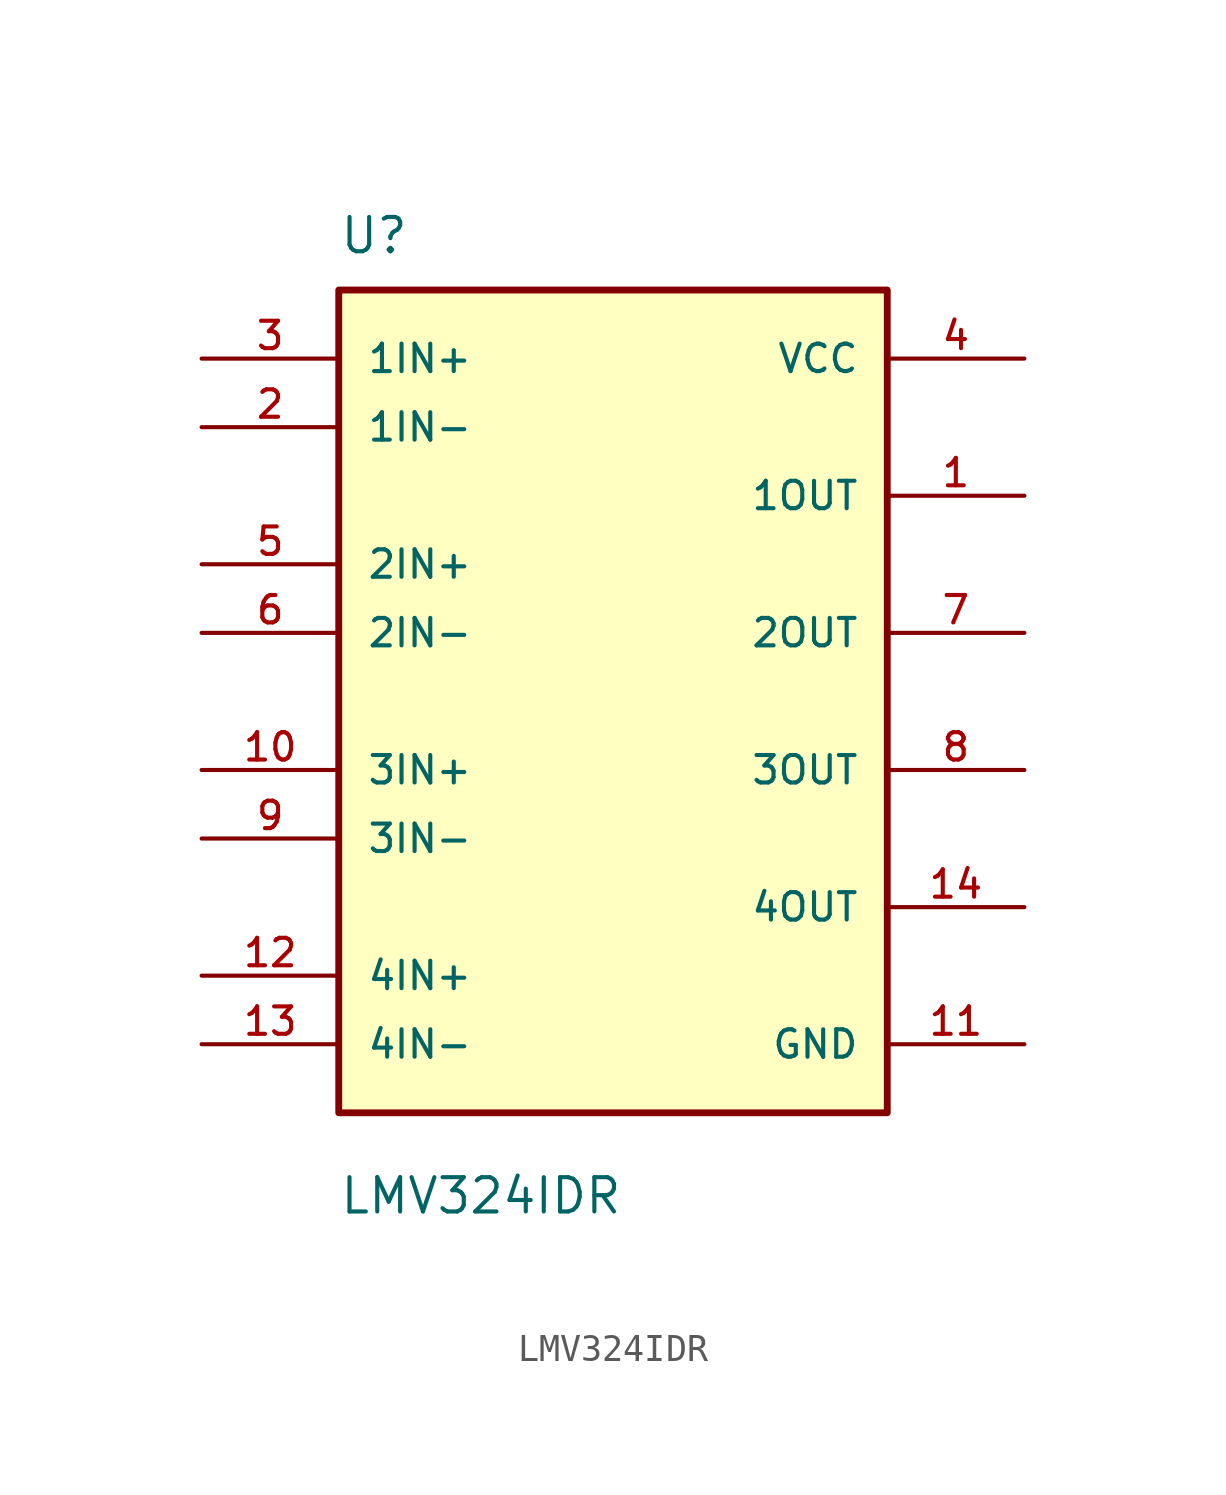
<source format=kicad_sym>
(kicad_symbol_lib
  (version 20211014)
  (generator kicad_symbol_editor)
  (symbol "LMV324IDR"
    (pin_names
      (offset 1.016))
    (property "Reference" "U"
      (at -10.162 16.514 0)
      (effects (font (size 1.27 1.27)) (justify bottom left)))
    (property "Value" "LMV324IDR"
      (at -10.164 -19.058 0)
      (effects (font (size 1.27 1.27)) (justify bottom left)))
    (symbol "LMV324IDR_0_0"
      (rectangle (start -10.16 -15.24) (end 10.16 15.24) (stroke (width 0.254)) (fill (type background)))
      (pin input line (at -15.24 10.16 0) (length 5.08) (name "1IN-" (effects (font (size 1.016 1.016)))) (number "2" (effects (font (size 1.016 1.016)))))
      (pin input line (at -15.24 12.7 0) (length 5.08) (name "1IN+" (effects (font (size 1.016 1.016)))) (number "3" (effects (font (size 1.016 1.016)))))
      (pin input line (at -15.24 2.54 0) (length 5.08) (name "2IN-" (effects (font (size 1.016 1.016)))) (number "6" (effects (font (size 1.016 1.016)))))
      (pin input line (at -15.24 5.08 0) (length 5.08) (name "2IN+" (effects (font (size 1.016 1.016)))) (number "5" (effects (font (size 1.016 1.016)))))
      (pin output line (at 15.24 7.62 180.0) (length 5.08) (name "1OUT" (effects (font (size 1.016 1.016)))) (number "1" (effects (font (size 1.016 1.016)))))
      (pin output line (at 15.24 2.54 180.0) (length 5.08) (name "2OUT" (effects (font (size 1.016 1.016)))) (number "7" (effects (font (size 1.016 1.016)))))
      (pin power_in line (at 15.24 12.7 180.0) (length 5.08) (name "VCC" (effects (font (size 1.016 1.016)))) (number "4" (effects (font (size 1.016 1.016)))))
      (pin power_in line (at 15.24 -12.7 180.0) (length 5.08) (name "GND" (effects (font (size 1.016 1.016)))) (number "11" (effects (font (size 1.016 1.016)))))
      (pin output line (at 15.24 -2.54 180.0) (length 5.08) (name "3OUT" (effects (font (size 1.016 1.016)))) (number "8" (effects (font (size 1.016 1.016)))))
      (pin output line (at 15.24 -7.62 180.0) (length 5.08) (name "4OUT" (effects (font (size 1.016 1.016)))) (number "14" (effects (font (size 1.016 1.016)))))
      (pin input line (at -15.24 -5.08 0) (length 5.08) (name "3IN-" (effects (font (size 1.016 1.016)))) (number "9" (effects (font (size 1.016 1.016)))))
      (pin input line (at -15.24 -2.54 0) (length 5.08) (name "3IN+" (effects (font (size 1.016 1.016)))) (number "10" (effects (font (size 1.016 1.016)))))
      (pin input line (at -15.24 -12.7 0) (length 5.08) (name "4IN-" (effects (font (size 1.016 1.016)))) (number "13" (effects (font (size 1.016 1.016)))))
      (pin input line (at -15.24 -10.16 0) (length 5.08) (name "4IN+" (effects (font (size 1.016 1.016)))) (number "12" (effects (font (size 1.016 1.016))))))))
</source>
